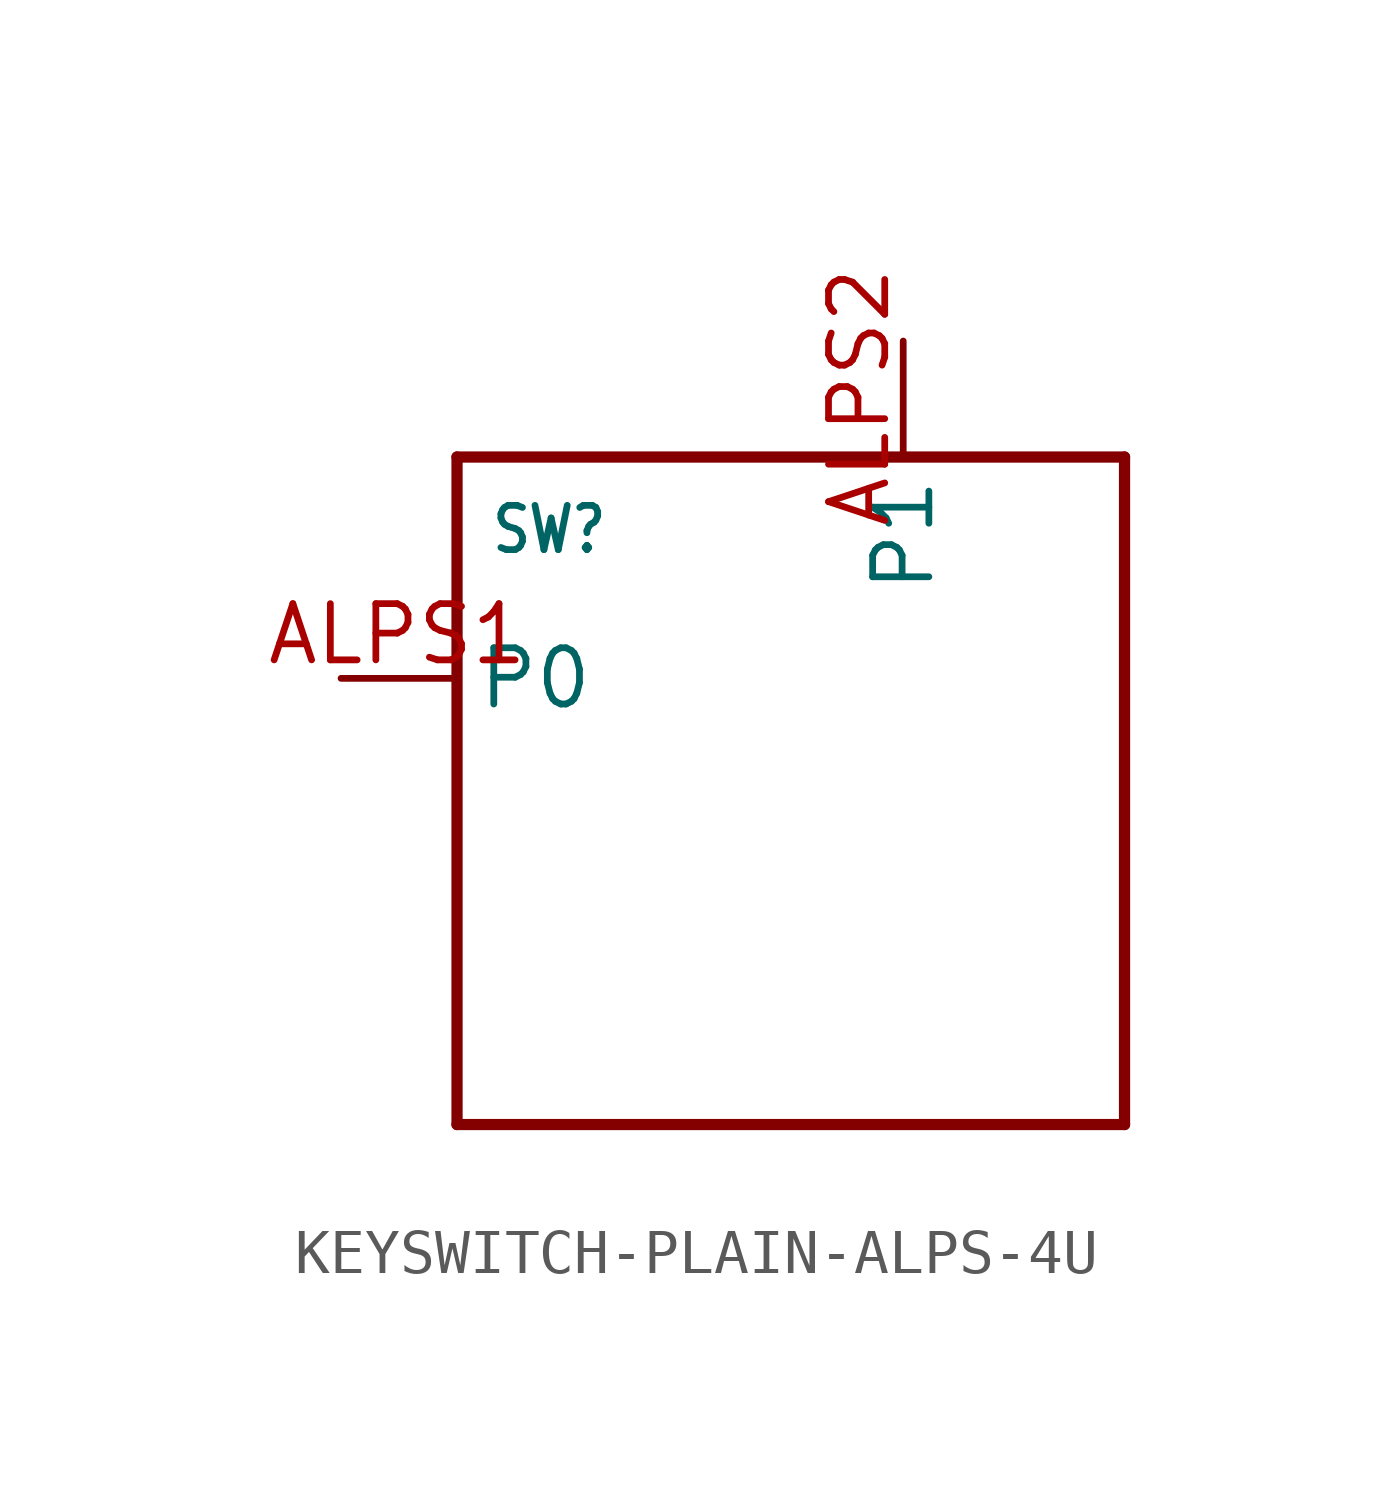
<source format=kicad_sym>
(kicad_symbol_lib
  (version 20211014)
  (generator kicad_symbol_editor)
  (symbol "KEYSWITCH-PLAIN-ALPS-4U"
    (property "Reference" "SW"
      (at -6.81 5.318 0)
      (effects (font (size 1 0.85)) (justify left bottom)))
    (property "ki_locked" ""
      (at 0 0 0)
      (effects (font (size 1.27 1.27))))
    (symbol "KEYSWITCH-PLAIN-ALPS-4U_1_0"
      (polyline (pts (xy -7.54 -7.54) (xy -7.54 7.54)) (stroke (width 0.254) (type default) (color 0 0 0 0)) (fill (type none)))
      (polyline (pts (xy -7.54 7.54) (xy 7.54 7.54)) (stroke (width 0.254) (type default) (color 0 0 0 0)) (fill (type none)))
      (polyline (pts (xy 7.54 -7.54) (xy -7.54 -7.54)) (stroke (width 0.254) (type default) (color 0 0 0 0)) (fill (type none)))
      (polyline (pts (xy 7.54 7.54) (xy 7.54 -7.54)) (stroke (width 0.254) (type default) (color 0 0 0 0)) (fill (type none)))
      (pin bidirectional line (at -10.16 2.54 0) (length 2.54) (name "P0" (effects (font (size 1.27 1.27)))) (number "ALPS1" (effects (font (size 1.27 1.27)))))
      (pin bidirectional line (at 2.54 10.16 270) (length 2.54) (name "P1" (effects (font (size 1.27 1.27)))) (number "ALPS2" (effects (font (size 1.27 1.27))))))))
</source>
